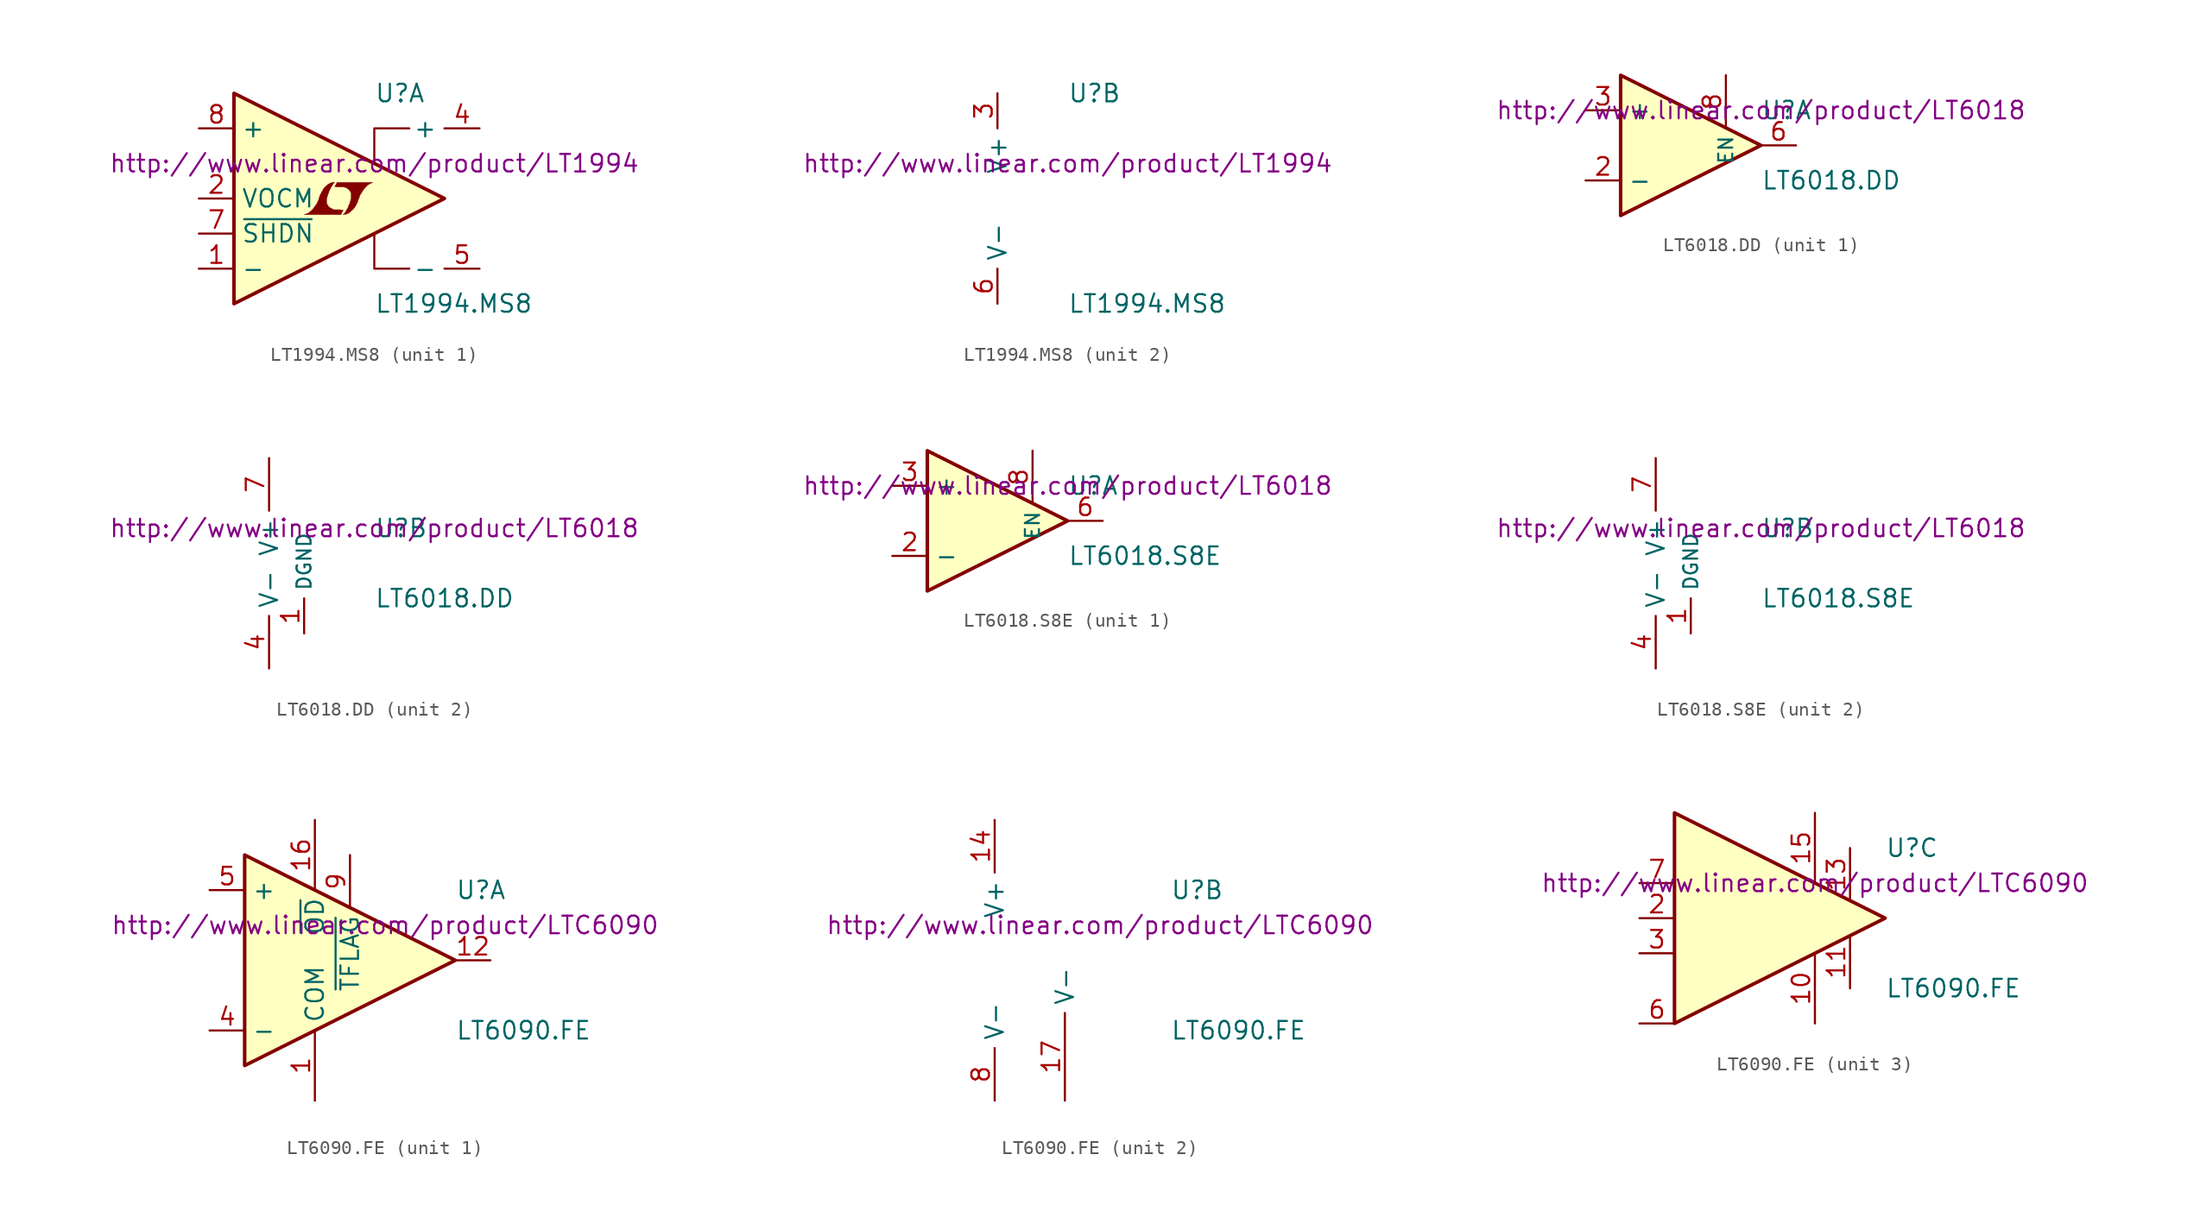
<source format=kicad_sym>
(kicad_symbol_lib
  (version 20201005)
  (generator kicad_symbol_editor)
  (symbol "LT1994.MS8"
    (property "Reference" "U"
      (at 5.08 7.62 0)
      (effects (font (size 1.27 1.27)) (justify left)))
    (property "Value" "LT1994.MS8"
      (at 5.08 -7.62 0)
      (effects (font (size 1.27 1.27)) (justify left)))
    (property "Datasheet" "http://www.linear.com/product/LT1994"
      (at 5.08 2.54 0)
      (effects (font (size 1.27 1.27))))
    (property "ki_locked" ""
      (at 0 0 0)
      (effects (font (size 1.27 1.27))))
    (symbol "LT1994.MS8_1_0"
      (polyline (pts (xy 2.743 -0.991) (xy 2.769 -0.965) (xy 2.819 -0.864) (xy 2.819 -0.838) (xy 2.692 -0.838) (xy 2.591 -0.813) (xy 2.134 -0.813) (xy 2.108 -0.787) (xy 1.854 -0.66) (xy 1.753 -0.559) (xy 1.676 -0.432) (xy 1.626 -0.33) (xy 1.626 -0.025) (xy 1.676 0.127) (xy 1.702 0.229) (xy 1.727 0.305) (xy 1.778 0.432) (xy 1.829 0.584) (xy 1.905 0.711) (xy 1.956 0.838) (xy 2.032 0.94) (xy 2.083 1.041) (xy 2.21 1.168) (xy 2.032 1.168) (xy 1.905 1.118) (xy 1.803 1.067) (xy 1.727 1.016) (xy 1.6 0.914) (xy 1.422 0.737) (xy 1.168 0.279) (xy 1.067 0) (xy 1.067 -0.051) (xy 1.016 -0.152) (xy 0.965 -0.279) (xy 0.914 -0.381) (xy 0.787 -0.559) (xy 0.635 -0.762) (xy 0.483 -0.914) (xy 0.33 -1.041) (xy 0.152 -1.118) (xy 0 -1.168) (xy 2.667 -1.168) (xy 2.743 -0.991)) (stroke (width 0.025)) (fill (type outline)))
      (polyline (pts (xy 2.946 -1.143) (xy 3.023 -1.143) (xy 3.2 -1.067) (xy 3.353 -0.965) (xy 3.632 -0.686) (xy 3.759 -0.483) (xy 3.861 -0.279) (xy 3.937 -0.025) (xy 3.962 -0.025) (xy 4.039 0.229) (xy 4.293 0.635) (xy 4.445 0.813) (xy 4.597 0.965) (xy 4.75 1.067) (xy 4.928 1.143) (xy 4.953 1.143) (xy 4.953 1.168) (xy 2.388 1.168) (xy 2.311 1.016) (xy 2.286 0.991) (xy 2.235 0.889) (xy 2.21 0.864) (xy 2.261 0.864) (xy 2.311 0.838) (xy 2.845 0.838) (xy 2.896 0.813) (xy 2.946 0.813) (xy 3.023 0.787) (xy 3.15 0.711) (xy 3.277 0.61) (xy 3.353 0.483) (xy 3.378 0.432) (xy 3.404 0.406) (xy 3.404 0) (xy 3.378 -0.051) (xy 3.378 -0.127) (xy 3.327 -0.229) (xy 3.302 -0.356) (xy 3.226 -0.508) (xy 3.175 -0.66) (xy 3.023 -0.914) (xy 2.972 -1.016) (xy 2.819 -1.168) (xy 2.946 -1.143)) (stroke (width 0.025)) (fill (type outline))))
    (symbol "LT1994.MS8_1_1"
      (polyline (pts (xy 7.62 -5.08) (xy 5.08 -5.08) (xy 5.08 -2.54)) (stroke (width 0)) (fill (type none)))
      (polyline (pts (xy 7.62 5.08) (xy 5.08 5.08) (xy 5.08 2.54)) (stroke (width 0)) (fill (type none)))
      (polyline (pts (xy 10.16 0) (xy -5.08 7.62) (xy -5.08 -7.62) (xy 10.16 0)) (stroke (width 0.254)) (fill (type background)))
      (pin input line (at -7.62 -5.08 0) (length 2.54) (name "-" (effects (font (size 1.27 1.27)))) (number "1" (effects (font (size 1.27 1.27)))))
      (pin passive line (at -7.62 0 0) (length 2.54) (name "VOCM" (effects (font (size 1.27 1.27)))) (number "2" (effects (font (size 1.27 1.27)))))
      (pin output line (at 12.7 5.08 180) (length 2.54) (name "+" (effects (font (size 1.27 1.27)))) (number "4" (effects (font (size 1.27 1.27)))))
      (pin output line (at 12.7 -5.08 180) (length 2.54) (name "-" (effects (font (size 1.27 1.27)))) (number "5" (effects (font (size 1.27 1.27)))))
      (pin input line (at -7.62 -2.54 0) (length 2.54) (name "~SHDN~" (effects (font (size 1.27 1.27)))) (number "7" (effects (font (size 1.27 1.27)))))
      (pin input line (at -7.62 5.08 0) (length 2.54) (name "+" (effects (font (size 1.27 1.27)))) (number "8" (effects (font (size 1.27 1.27))))))
    (symbol "LT1994.MS8_2_1"
      (pin power_in line (at 0 7.62 270) (length 2.54) (name "V+" (effects (font (size 1.27 1.27)))) (number "3" (effects (font (size 1.27 1.27)))))
      (pin power_in line (at 0 -7.62 90) (length 2.54) (name "V-" (effects (font (size 1.27 1.27)))) (number "6" (effects (font (size 1.27 1.27)))))))
  (symbol "LT6018.DD"
    (property "Reference" "U"
      (at 5.08 2.54 0)
      (effects (font (size 1.27 1.27)) (justify left)))
    (property "Value" "LT6018.DD"
      (at 5.08 -2.54 0)
      (effects (font (size 1.27 1.27)) (justify left)))
    (property "Datasheet" "http://www.linear.com/product/LT6018"
      (at 5.08 2.54 0)
      (effects (font (size 1.27 1.27))))
    (property "ki_locked" ""
      (at 0 0 0)
      (effects (font (size 1.27 1.27))))
    (symbol "LT6018.DD_1_1"
      (polyline (pts (xy 5.08 0) (xy -5.08 5.08) (xy -5.08 -5.08) (xy 5.08 0)) (stroke (width 0.254)) (fill (type background)))
      (pin input line (at -7.62 -2.54 0) (length 2.54) (name "-" (effects (font (size 1.27 1.27)))) (number "2" (effects (font (size 1.27 1.27)))))
      (pin input line (at -7.62 2.54 0) (length 2.54) (name "+" (effects (font (size 1.27 1.27)))) (number "3" (effects (font (size 1.27 1.27)))))
      (pin output line (at 7.62 0 180) (length 2.54) (name "~" (effects (font (size 1.27 1.27)))) (number "6" (effects (font (size 1.27 1.27)))))
      (pin input line (at 2.54 5.08 270) (length 3.81) (name "EN" (effects (font (size 1.016 1.016)))) (number "8" (effects (font (size 1.27 1.27))))))
    (symbol "LT6018.DD_2_1"
      (pin power_in line (at 0 -5.08 90) (length 2.54) (name "DGND" (effects (font (size 1.016 1.016)))) (number "1" (effects (font (size 1.27 1.27)))))
      (pin power_in line (at -2.54 -7.62 90) (length 3.81) (name "V-" (effects (font (size 1.27 1.27)))) (number "4" (effects (font (size 1.27 1.27)))))
      (pin unconnected line (at -7.62 0 0) (length 2.54) hide (name "NC" (effects (font (size 1.27 1.27)))) (number "5" (effects (font (size 1.27 1.27)))))
      (pin power_in line (at -2.54 7.62 270) (length 3.81) (name "V+" (effects (font (size 1.27 1.27)))) (number "7" (effects (font (size 1.27 1.27)))))))
  (symbol "LT6018.S8E"
    (property "Reference" "U"
      (at 5.08 2.54 0)
      (effects (font (size 1.27 1.27)) (justify left)))
    (property "Value" "LT6018.S8E"
      (at 5.08 -2.54 0)
      (effects (font (size 1.27 1.27)) (justify left)))
    (property "Datasheet" "http://www.linear.com/product/LT6018"
      (at 5.08 2.54 0)
      (effects (font (size 1.27 1.27))))
    (property "ki_locked" ""
      (at 0 0 0)
      (effects (font (size 1.27 1.27))))
    (symbol "LT6018.S8E_1_1"
      (polyline (pts (xy 5.08 0) (xy -5.08 5.08) (xy -5.08 -5.08) (xy 5.08 0)) (stroke (width 0.254)) (fill (type background)))
      (pin input line (at -7.62 -2.54 0) (length 2.54) (name "-" (effects (font (size 1.27 1.27)))) (number "2" (effects (font (size 1.27 1.27)))))
      (pin input line (at -7.62 2.54 0) (length 2.54) (name "+" (effects (font (size 1.27 1.27)))) (number "3" (effects (font (size 1.27 1.27)))))
      (pin output line (at 7.62 0 180) (length 2.54) (name "~" (effects (font (size 1.27 1.27)))) (number "6" (effects (font (size 1.27 1.27)))))
      (pin input line (at 2.54 5.08 270) (length 3.81) (name "EN" (effects (font (size 1.016 1.016)))) (number "8" (effects (font (size 1.27 1.27))))))
    (symbol "LT6018.S8E_2_1"
      (pin power_in line (at 0 -5.08 90) (length 2.54) (name "DGND" (effects (font (size 1.016 1.016)))) (number "1" (effects (font (size 1.27 1.27)))))
      (pin power_in line (at -2.54 -7.62 90) (length 3.81) (name "V-" (effects (font (size 1.27 1.27)))) (number "4" (effects (font (size 1.27 1.27)))))
      (pin unconnected line (at -7.62 0 0) (length 2.54) hide (name "NC" (effects (font (size 1.27 1.27)))) (number "5" (effects (font (size 1.27 1.27)))))
      (pin power_in line (at -2.54 7.62 270) (length 3.81) (name "V+" (effects (font (size 1.27 1.27)))) (number "7" (effects (font (size 1.27 1.27)))))))
  (symbol "LT6090.FE"
    (property "Reference" "U"
      (at 10.16 5.08 0)
      (effects (font (size 1.27 1.27)) (justify left)))
    (property "Value" "LT6090.FE"
      (at 10.16 -5.08 0)
      (effects (font (size 1.27 1.27)) (justify left)))
    (property "Datasheet" "http://www.linear.com/product/LTC6090"
      (at 5.08 2.54 0)
      (effects (font (size 1.27 1.27))))
    (property "ki_locked" ""
      (at 0 0 0)
      (effects (font (size 1.27 1.27))))
    (symbol "LT6090.FE_1_1"
      (polyline (pts (xy 10.16 0) (xy -5.08 7.62) (xy -5.08 -7.62) (xy 10.16 0)) (stroke (width 0.254)) (fill (type background)))
      (pin passive line (at 0 -10.16 90) (length 5.08) (name "COM" (effects (font (size 1.27 1.27)))) (number "1" (effects (font (size 1.27 1.27)))))
      (pin input line (at -7.62 -5.08 0) (length 2.54) (name "-" (effects (font (size 1.27 1.27)))) (number "4" (effects (font (size 1.27 1.27)))))
      (pin input line (at -7.62 5.08 0) (length 2.54) (name "+" (effects (font (size 1.27 1.27)))) (number "5" (effects (font (size 1.27 1.27)))))
      (pin passive line (at 2.54 7.62 270) (length 3.81) (name "~TFLAG~" (effects (font (size 1.27 1.27)))) (number "9" (effects (font (size 1.27 1.27)))))
      (pin output line (at 12.7 0 180) (length 2.54) (name "~" (effects (font (size 1.27 1.27)))) (number "12" (effects (font (size 1.27 1.27)))))
      (pin input line (at 0 10.16 270) (length 5.08) (name "~OD~" (effects (font (size 1.27 1.27)))) (number "16" (effects (font (size 1.27 1.27))))))
    (symbol "LT6090.FE_2_1"
      (pin power_in line (at -2.54 -10.16 90) (length 3.81) (name "V-" (effects (font (size 1.27 1.27)))) (number "8" (effects (font (size 1.27 1.27)))))
      (pin power_in line (at -2.54 10.16 270) (length 3.81) (name "V+" (effects (font (size 1.27 1.27)))) (number "14" (effects (font (size 1.27 1.27)))))
      (pin passive line (at 2.54 -10.16 90) (length 6.35) (name "V-" (effects (font (size 1.27 1.27)))) (number "17" (effects (font (size 1.27 1.27))))))
    (symbol "LT6090.FE_3_1"
      (polyline (pts (xy 10.16 0) (xy -5.08 7.62) (xy -5.08 -7.62) (xy 10.16 0)) (stroke (width 0.254)) (fill (type background)))
      (pin passive line (at -7.62 0 0) (length 2.54) (name "~" (effects (font (size 1.27 1.27)))) (number "2" (effects (font (size 1.27 1.27)))))
      (pin passive line (at -7.62 -2.54 0) (length 2.54) (name "~" (effects (font (size 1.27 1.27)))) (number "3" (effects (font (size 1.27 1.27)))))
      (pin passive line (at -7.62 -7.62 0) (length 2.54) (name "~" (effects (font (size 1.27 1.27)))) (number "6" (effects (font (size 1.27 1.27)))))
      (pin passive line (at -7.62 2.54 0) (length 2.54) (name "~" (effects (font (size 1.27 1.27)))) (number "7" (effects (font (size 1.27 1.27)))))
      (pin passive line (at 5.08 -7.62 90) (length 5.08) (name "~" (effects (font (size 1.27 1.27)))) (number "10" (effects (font (size 1.27 1.27)))))
      (pin passive line (at 7.62 -5.08 90) (length 3.81) (name "~" (effects (font (size 1.27 1.27)))) (number "11" (effects (font (size 1.27 1.27)))))
      (pin passive line (at 7.62 5.08 270) (length 3.81) (name "~" (effects (font (size 1.27 1.27)))) (number "13" (effects (font (size 1.27 1.27)))))
      (pin passive line (at 5.08 7.62 270) (length 5.08) (name "~" (effects (font (size 1.27 1.27)))) (number "15" (effects (font (size 1.27 1.27))))))))
</source>
